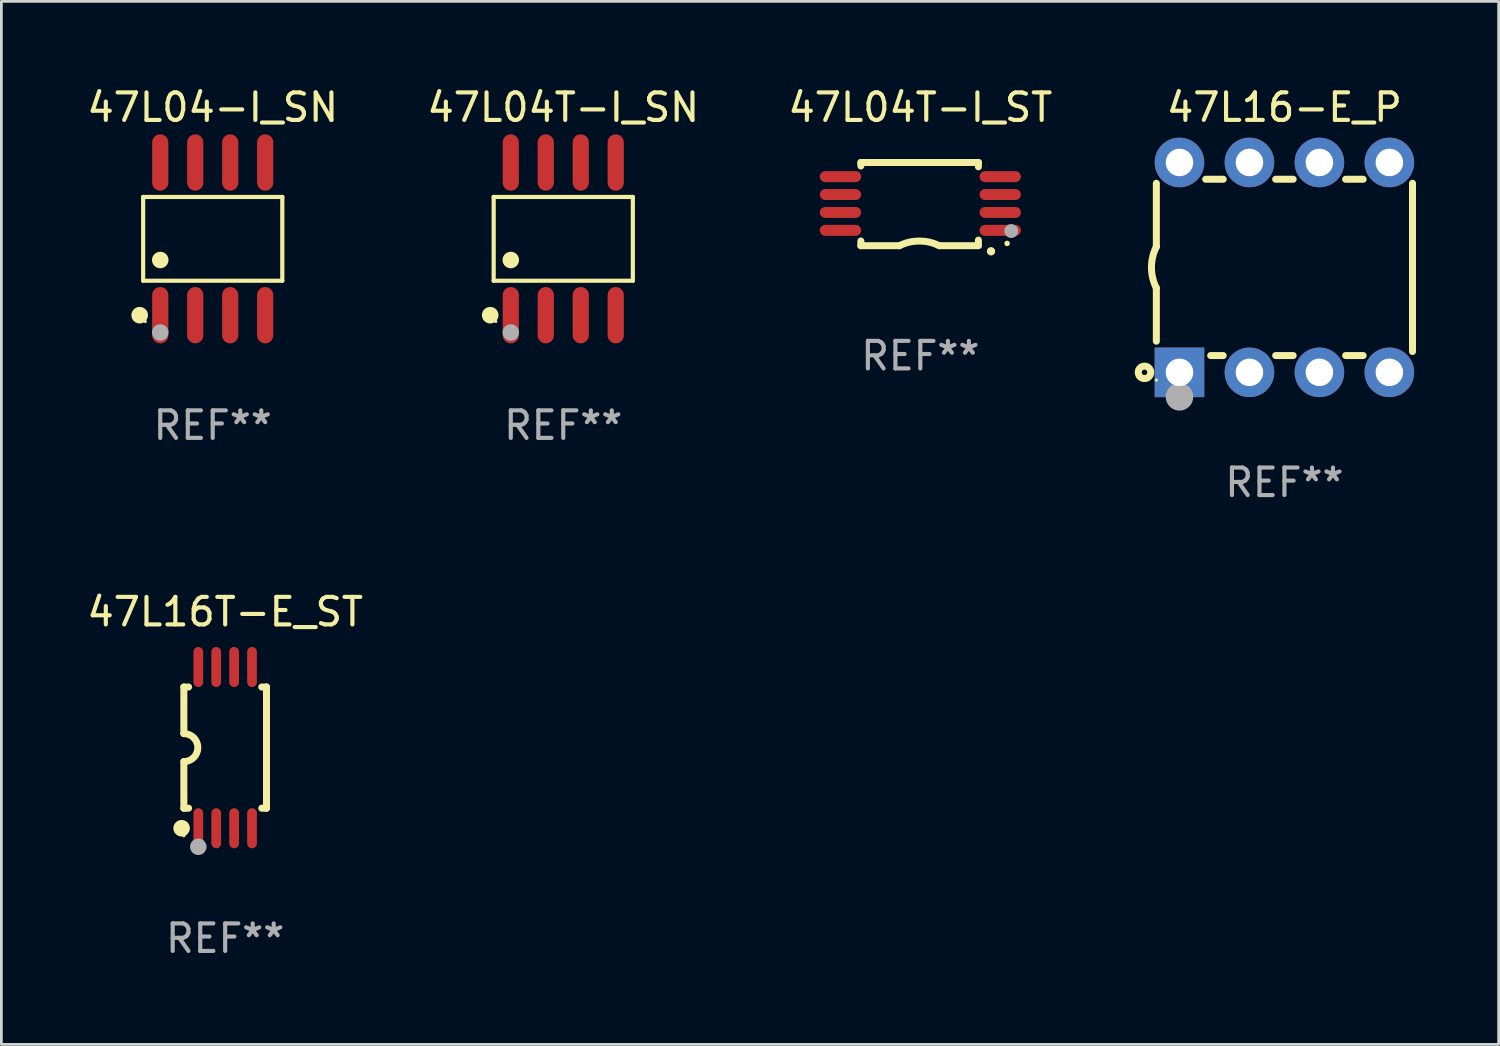
<source format=kicad_pcb>
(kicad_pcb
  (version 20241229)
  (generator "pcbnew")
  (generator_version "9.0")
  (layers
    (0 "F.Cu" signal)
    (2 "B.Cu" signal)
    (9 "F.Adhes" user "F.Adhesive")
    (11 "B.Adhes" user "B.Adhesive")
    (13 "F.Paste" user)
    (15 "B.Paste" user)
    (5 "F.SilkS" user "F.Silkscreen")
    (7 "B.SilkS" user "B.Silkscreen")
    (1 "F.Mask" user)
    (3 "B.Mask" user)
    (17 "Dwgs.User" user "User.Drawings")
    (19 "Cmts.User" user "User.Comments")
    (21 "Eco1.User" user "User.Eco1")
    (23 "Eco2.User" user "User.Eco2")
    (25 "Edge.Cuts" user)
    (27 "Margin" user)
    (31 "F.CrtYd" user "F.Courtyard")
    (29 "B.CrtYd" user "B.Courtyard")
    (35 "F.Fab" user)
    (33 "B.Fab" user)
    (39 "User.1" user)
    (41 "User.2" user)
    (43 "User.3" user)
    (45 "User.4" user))
  (footprint "47L04T-I_ST"
    (layer "F.Cu")
    (at 30.363 4.36)
    (property "Reference" "47L04T-I_ST" (at 0 -3.511 0) (layer "F.SilkS") (effects (font (size 1 1) (thickness 0.15))))
    (attr through_hole)
    (fp_line (start -2.159 -1.511) (end 2.108 -1.511) (stroke (width 0.254) (type solid)) (layer "F.SilkS"))
    (fp_line (start -2.159 -1.384) (end -2.159 -1.511) (stroke (width 0.254) (type solid)) (layer "F.SilkS"))
    (fp_line (start -2.159 1.511) (end -2.159 1.339) (stroke (width 0.254) (type solid)) (layer "F.SilkS"))
    (fp_line (start -0.762 1.511) (end -2.159 1.511) (stroke (width 0.254) (type solid)) (layer "F.SilkS"))
    (fp_line (start 2.108 -1.511) (end 2.108 -1.355) (stroke (width 0.254) (type solid)) (layer "F.SilkS"))
    (fp_line (start 2.108 1.309) (end 2.108 1.486) (stroke (width 0.254) (type solid)) (layer "F.SilkS"))
    (fp_line (start 2.108 1.511) (end 0.711 1.511) (stroke (width 0.254) (type solid)) (layer "F.SilkS"))
    (fp_arc (start -0.762002 1.511303) (mid -0.0381 1.340413) (end 0.685801 1.511303) (stroke (width 0.254001) (type solid)) (layer "F.SilkS"))
    (fp_arc (start 2.565405 1.714503) (mid 2.5654 1.713233) (end 2.565405 1.711963) (stroke (width 0.3) (type solid)) (layer "F.SilkS"))
    (fp_circle (center 3.15 1.427) (end 3.2 1.427) (stroke (width 0.1) (type solid)) (fill no) (layer "F.SilkS"))
    (fp_circle (center 3.3 0.977) (end 3.427 0.977) (stroke (width 0.254) (type solid)) (fill no) (layer "F.Fab"))
    (fp_text user "REF**" (at 0 5.511 0) (layer "F.Fab") (effects (font (size 1 1) (thickness 0.15))))
    (pad "1" smd oval (at 2.9 0.953 270) (size 0.4 1.5) (layers "F.Cu" "F.Mask" "F.Paste"))
    (pad "2" smd oval (at 2.9 0.302 270) (size 0.4 1.5) (layers "F.Cu" "F.Mask" "F.Paste"))
    (pad "3" smd oval (at 2.9 -0.348 270) (size 0.4 1.5) (layers "F.Cu" "F.Mask" "F.Paste"))
    (pad "4" smd oval (at 2.9 -0.998 270) (size 0.4 1.5) (layers "F.Cu" "F.Mask" "F.Paste"))
    (pad "5" smd oval (at -2.9 -0.998 270) (size 0.4 1.5) (layers "F.Cu" "F.Mask" "F.Paste"))
    (pad "6" smd oval (at -2.9 -0.348 270) (size 0.4 1.5) (layers "F.Cu" "F.Mask" "F.Paste"))
    (pad "7" smd oval (at -2.9 0.302 270) (size 0.4 1.5) (layers "F.Cu" "F.Mask" "F.Paste"))
    (pad "8" smd oval (at -2.9 0.953 270) (size 0.4 1.5) (layers "F.Cu" "F.Mask" "F.Paste")))
  (footprint "47L04-I_SN"
    (layer "F.Cu")
    (at 4.673 5.621)
    (property "Reference" "47L04-I_SN" (at 0 -4.772 0) (layer "F.SilkS") (effects (font (size 1 1) (thickness 0.15))))
    (attr through_hole)
    (fp_line (start -2.526 -1.521) (end 2.526 -1.521) (stroke (width 0.152) (type solid)) (layer "F.SilkS"))
    (fp_line (start -2.526 1.521) (end -2.526 -1.521) (stroke (width 0.152) (type solid)) (layer "F.SilkS"))
    (fp_line (start 2.526 -1.521) (end 2.526 1.521) (stroke (width 0.152) (type solid)) (layer "F.SilkS"))
    (fp_line (start 2.526 1.521) (end -2.526 1.521) (stroke (width 0.152) (type solid)) (layer "F.SilkS"))
    (fp_circle (center -2.652 2.772) (end -2.501 2.772) (stroke (width 0.3) (type solid)) (fill no) (layer "F.SilkS"))
    (fp_circle (center -2.45 3) (end -2.42 3) (stroke (width 0.06) (type solid)) (fill no) (layer "F.SilkS"))
    (fp_circle (center -1.905 0.769) (end -1.755 0.769) (stroke (width 0.3) (type solid)) (fill no) (layer "F.SilkS"))
    (fp_circle (center -1.905 3.4) (end -1.755 3.4) (stroke (width 0.3) (type solid)) (fill no) (layer "F.Fab"))
    (fp_text user "REF**" (at 0 6.772 0) (layer "F.Fab") (effects (font (size 1 1) (thickness 0.15))))
    (pad "1" smd oval (at -1.905 2.772) (size 0.588 2.045) (layers "F.Cu" "F.Mask" "F.Paste"))
    (pad "2" smd oval (at -0.635 2.772) (size 0.588 2.045) (layers "F.Cu" "F.Mask" "F.Paste"))
    (pad "3" smd oval (at 0.635 2.772) (size 0.588 2.045) (layers "F.Cu" "F.Mask" "F.Paste"))
    (pad "4" smd oval (at 1.905 2.772) (size 0.588 2.045) (layers "F.Cu" "F.Mask" "F.Paste"))
    (pad "5" smd oval (at 1.905 -2.772) (size 0.588 2.045) (layers "F.Cu" "F.Mask" "F.Paste"))
    (pad "6" smd oval (at 0.635 -2.772) (size 0.588 2.045) (layers "F.Cu" "F.Mask" "F.Paste"))
    (pad "7" smd oval (at -0.635 -2.772) (size 0.588 2.045) (layers "F.Cu" "F.Mask" "F.Paste"))
    (pad "8" smd oval (at -1.905 -2.772) (size 0.588 2.045) (layers "F.Cu" "F.Mask" "F.Paste")))
  (footprint "47L16T-E_ST"
    (layer "F.Cu")
    (at 5.125 24.092)
    (property "Reference" "47L16T-E_ST" (at 0 -4.927 0) (layer "F.SilkS") (effects (font (size 1 1) (thickness 0.15))))
    (attr through_hole)
    (fp_line (start -1.5 -2.2) (end -1.5 -0.508) (stroke (width 0.254) (type solid)) (layer "F.SilkS"))
    (fp_line (start -1.5 -2.2) (end -1.328 -2.2) (stroke (width 0.254) (type solid)) (layer "F.SilkS"))
    (fp_line (start -1.5 2.2) (end -1.5 0.508) (stroke (width 0.254) (type solid)) (layer "F.SilkS"))
    (fp_line (start -1.5 2.2) (end -1.328 2.2) (stroke (width 0.254) (type solid)) (layer "F.SilkS"))
    (fp_line (start 1.328 -2.2) (end 1.5 -2.2) (stroke (width 0.254) (type solid)) (layer "F.SilkS"))
    (fp_line (start 1.328 2.2) (end 1.5 2.2) (stroke (width 0.254) (type solid)) (layer "F.SilkS"))
    (fp_line (start 1.5 -2.2) (end 1.5 2.2) (stroke (width 0.254) (type solid)) (layer "F.SilkS"))
    (fp_arc (start -1.501144 -0.508) (mid -0.993143 -0.000571) (end -1.5 0.508001) (stroke (width 0.254001) (type solid)) (layer "F.SilkS"))
    (fp_circle (center -1.581 2.927) (end -1.431 2.927) (stroke (width 0.3) (type solid)) (fill no) (layer "F.SilkS"))
    (fp_circle (center -1.5 3.2) (end -1.47 3.2) (stroke (width 0.06) (type solid)) (fill no) (layer "F.SilkS"))
    (fp_circle (center -0.975 3.6) (end -0.825 3.6) (stroke (width 0.3) (type solid)) (fill no) (layer "F.Fab"))
    (fp_text user "REF**" (at 0 6.927 0) (layer "F.Fab") (effects (font (size 1 1) (thickness 0.15))))
    (pad "1" smd oval (at -0.975 2.927) (size 0.353 1.454) (layers "F.Cu" "F.Mask" "F.Paste"))
    (pad "2" smd oval (at -0.325 2.927) (size 0.353 1.454) (layers "F.Cu" "F.Mask" "F.Paste"))
    (pad "3" smd oval (at 0.325 2.927) (size 0.353 1.454) (layers "F.Cu" "F.Mask" "F.Paste"))
    (pad "4" smd oval (at 0.975 2.927) (size 0.353 1.454) (layers "F.Cu" "F.Mask" "F.Paste"))
    (pad "5" smd oval (at 0.975 -2.927) (size 0.353 1.454) (layers "F.Cu" "F.Mask" "F.Paste"))
    (pad "6" smd oval (at 0.325 -2.927) (size 0.353 1.454) (layers "F.Cu" "F.Mask" "F.Paste"))
    (pad "7" smd oval (at -0.325 -2.927) (size 0.353 1.454) (layers "F.Cu" "F.Mask" "F.Paste"))
    (pad "8" smd oval (at -0.975 -2.927) (size 0.353 1.454) (layers "F.Cu" "F.Mask" "F.Paste")))
  (footprint "47L16-E_P"
    (layer "F.Cu")
    (at 43.581 6.658)
    (property "Reference" "47L16-E_P" (at 0 -5.81 0) (layer "F.SilkS") (effects (font (size 1 1) (thickness 0.15))))
    (attr through_hole)
    (fp_line (start -4.65 0.749) (end -4.65 2.679) (stroke (width 0.254) (type solid)) (layer "F.SilkS"))
    (fp_line (start -4.65 -0.75) (end -4.65 -3.054) (stroke (width 0.254) (type solid)) (layer "F.SilkS"))
    (fp_line (start -2.222 -3.2) (end -2.858 -3.2) (stroke (width 0.254) (type solid)) (layer "F.SilkS"))
    (fp_line (start -2.222 3.2) (end -2.678 3.2) (stroke (width 0.254) (type solid)) (layer "F.SilkS"))
    (fp_line (start 0.318 -3.2) (end -0.318 -3.2) (stroke (width 0.254) (type solid)) (layer "F.SilkS"))
    (fp_line (start 0.318 3.2) (end -0.318 3.2) (stroke (width 0.254) (type solid)) (layer "F.SilkS"))
    (fp_line (start 2.858 -3.2) (end 2.222 -3.2) (stroke (width 0.254) (type solid)) (layer "F.SilkS"))
    (fp_line (start 2.858 3.2) (end 2.222 3.2) (stroke (width 0.254) (type solid)) (layer "F.SilkS"))
    (fp_line (start 4.65 -3.054) (end 4.65 3.054) (stroke (width 0.254) (type solid)) (layer "F.SilkS"))
    (fp_arc (start -4.650381 0.749301) (mid -4.827099 -0.000443) (end -4.649644 -0.750013) (stroke (width 0.254001) (type solid)) (layer "F.SilkS"))
    (fp_circle (center -5.08 3.81) (end -4.98 3.81) (stroke (width 0.254) (type solid)) (fill no) (layer "F.SilkS"))
    (fp_circle (center -4.65 4.09) (end -4.62 4.09) (stroke (width 0.06) (type solid)) (fill no) (layer "F.SilkS"))
    (fp_circle (center -3.81 4.699) (end -3.56 4.699) (stroke (width 0.5) (type solid)) (fill no) (layer "F.Fab"))
    (fp_text user "REF**" (at 0 7.81 0) (layer "F.Fab") (effects (font (size 1 1) (thickness 0.15))))
    (pad "1" thru_hole rect (at -3.81 3.81) (size 1.8 1.8) (drill 1) (layers "*.Cu" "*.Mask"))
    (pad "2" thru_hole circle (at -1.27 3.81) (size 1.8 1.8) (drill 1) (layers "*.Cu" "*.Mask"))
    (pad "3" thru_hole circle (at 1.27 3.81) (size 1.8 1.8) (drill 1) (layers "*.Cu" "*.Mask"))
    (pad "4" thru_hole circle (at 3.81 3.81) (size 1.8 1.8) (drill 1) (layers "*.Cu" "*.Mask"))
    (pad "5" thru_hole circle (at 3.81 -3.81) (size 1.8 1.8) (drill 1) (layers "*.Cu" "*.Mask"))
    (pad "6" thru_hole circle (at 1.27 -3.81) (size 1.8 1.8) (drill 1) (layers "*.Cu" "*.Mask"))
    (pad "7" thru_hole circle (at -1.27 -3.81) (size 1.8 1.8) (drill 1) (layers "*.Cu" "*.Mask"))
    (pad "8" thru_hole circle (at -3.81 -3.81) (size 1.8 1.8) (drill 1) (layers "*.Cu" "*.Mask")))
  (footprint "47L04T-I_SN"
    (layer "F.Cu")
    (at 17.399 5.621)
    (property "Reference" "47L04T-I_SN" (at 0 -4.772 0) (layer "F.SilkS") (effects (font (size 1 1) (thickness 0.15))))
    (attr through_hole)
    (fp_line (start -2.526 -1.521) (end 2.526 -1.521) (stroke (width 0.152) (type solid)) (layer "F.SilkS"))
    (fp_line (start -2.526 1.521) (end -2.526 -1.521) (stroke (width 0.152) (type solid)) (layer "F.SilkS"))
    (fp_line (start 2.526 -1.521) (end 2.526 1.521) (stroke (width 0.152) (type solid)) (layer "F.SilkS"))
    (fp_line (start 2.526 1.521) (end -2.526 1.521) (stroke (width 0.152) (type solid)) (layer "F.SilkS"))
    (fp_circle (center -2.652 2.772) (end -2.501 2.772) (stroke (width 0.3) (type solid)) (fill no) (layer "F.SilkS"))
    (fp_circle (center -2.45 3) (end -2.42 3) (stroke (width 0.06) (type solid)) (fill no) (layer "F.SilkS"))
    (fp_circle (center -1.905 0.769) (end -1.755 0.769) (stroke (width 0.3) (type solid)) (fill no) (layer "F.SilkS"))
    (fp_circle (center -1.905 3.4) (end -1.755 3.4) (stroke (width 0.3) (type solid)) (fill no) (layer "F.Fab"))
    (fp_text user "REF**" (at 0 6.772 0) (layer "F.Fab") (effects (font (size 1 1) (thickness 0.15))))
    (pad "1" smd oval (at -1.905 2.772) (size 0.588 2.045) (layers "F.Cu" "F.Mask" "F.Paste"))
    (pad "2" smd oval (at -0.635 2.772) (size 0.588 2.045) (layers "F.Cu" "F.Mask" "F.Paste"))
    (pad "3" smd oval (at 0.635 2.772) (size 0.588 2.045) (layers "F.Cu" "F.Mask" "F.Paste"))
    (pad "4" smd oval (at 1.905 2.772) (size 0.588 2.045) (layers "F.Cu" "F.Mask" "F.Paste"))
    (pad "5" smd oval (at 1.905 -2.772) (size 0.588 2.045) (layers "F.Cu" "F.Mask" "F.Paste"))
    (pad "6" smd oval (at 0.635 -2.772) (size 0.588 2.045) (layers "F.Cu" "F.Mask" "F.Paste"))
    (pad "7" smd oval (at -0.635 -2.772) (size 0.588 2.045) (layers "F.Cu" "F.Mask" "F.Paste"))
    (pad "8" smd oval (at -1.905 -2.772) (size 0.588 2.045) (layers "F.Cu" "F.Mask" "F.Paste")))
  (gr_rect
    (start -3 -3)
    (end 51.358 34.867)
    (stroke (width 0.1) (type default))
    (fill no)
    (layer "Edge.Cuts")))
</source>
